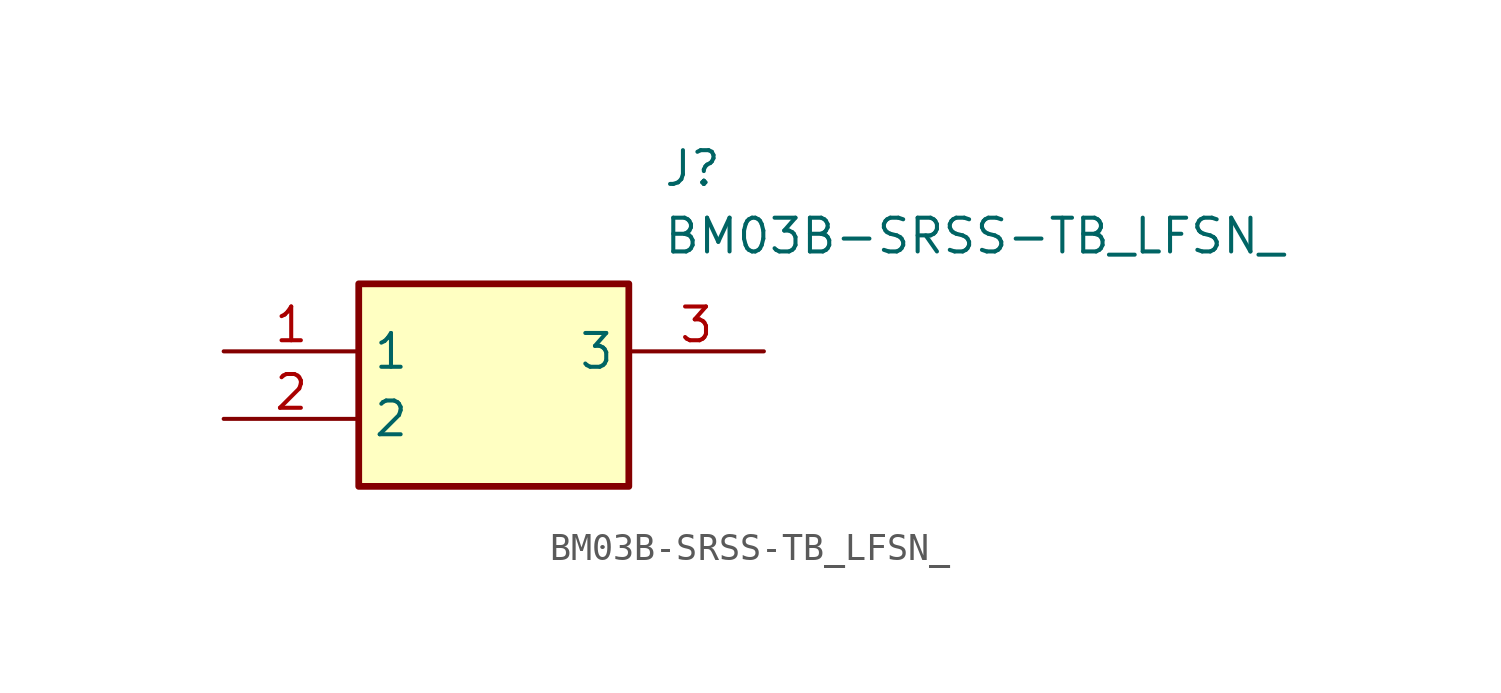
<source format=kicad_sym>
(kicad_symbol_lib
  (version 20211014)
  (generator SamacSys_ECAD_Model)
  (symbol "BM03B-SRSS-TB_LFSN_"
    (property "Reference" "J"
      (at 16.51 7.62 0)
      (effects (font (size 1.27 1.27)) (justify left top)))
    (property "Value" "BM03B-SRSS-TB_LFSN_"
      (at 16.51 5.08 0)
      (effects (font (size 1.27 1.27)) (justify left top)))
    (rectangle
      (start 5.08 2.54)
      (end 15.24 -5.08)
      (stroke (width 0.254) (type default))
      (fill (type background)))
    (pin passive line
      (at 0 0 0)
      (length 5.08)
      (name "1" (effects (font (size 1.27 1.27))))
      (number "1" (effects (font (size 1.27 1.27)))))
    (pin passive line
      (at 0 -2.54 0)
      (length 5.08)
      (name "2" (effects (font (size 1.27 1.27))))
      (number "2" (effects (font (size 1.27 1.27)))))
    (pin passive line
      (at 20.32 0 180)
      (length 5.08)
      (name "3" (effects (font (size 1.27 1.27))))
      (number "3" (effects (font (size 1.27 1.27)))))))
</source>
